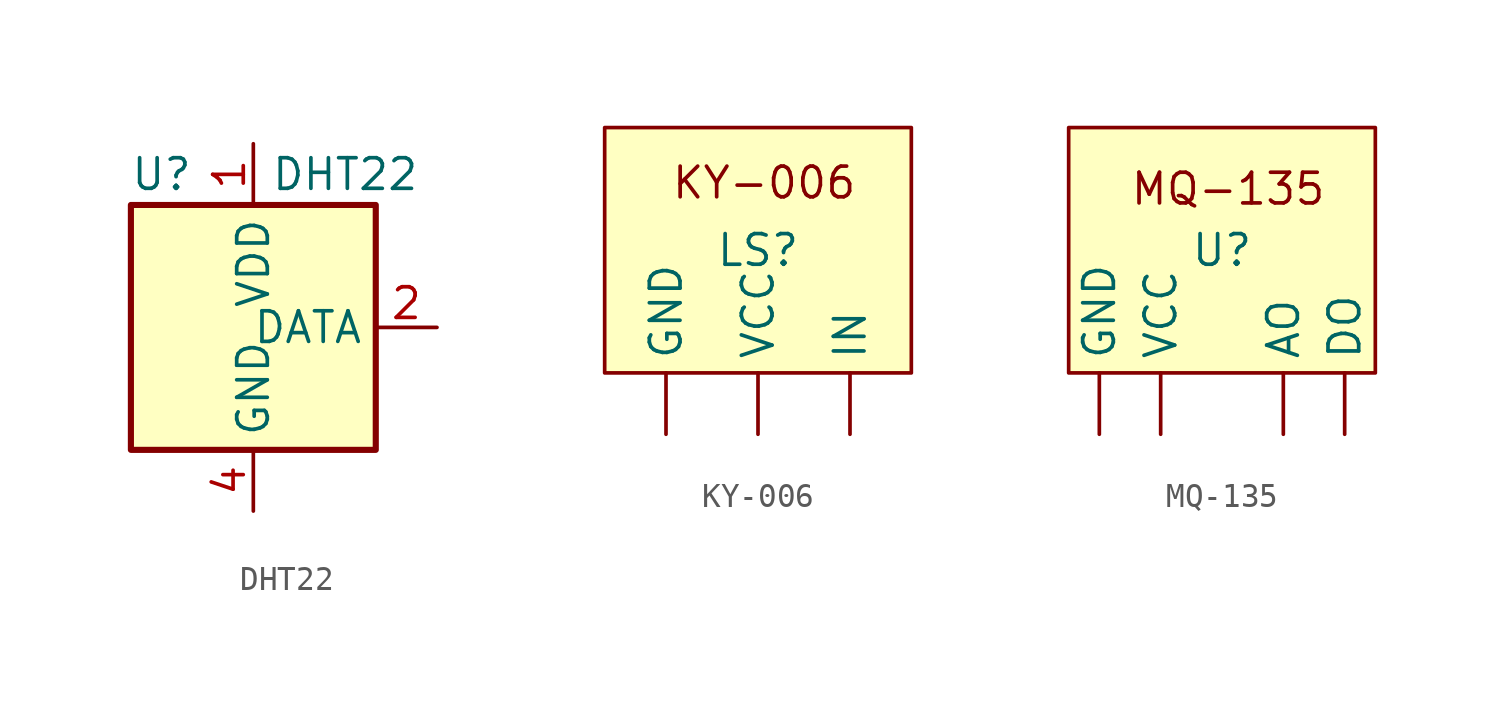
<source format=kicad_sym>
(kicad_symbol_lib
  (version 20231120)
  (generator "kicad_symbol_editor")
  (generator_version "8.0")
  (symbol "DHT22"
    (property "Reference" "U"
      (at -3.81 6.35 0)
      (effects (font (size 1.27 1.27))))
    (property "Value" "DHT22"
      (at 3.81 6.35 0)
      (effects (font (size 1.27 1.27))))
    (symbol "DHT22_0_1"
      (rectangle (start -5.08 5.08) (end 5.08 -5.08) (stroke (width 0.254) (type default)) (fill (type background))))
    (symbol "DHT22_1_1"
      (pin power_in line (at 0 7.62 270) (length 2.54) (name "VDD" (effects (font (size 1.27 1.27)))) (number "1" (effects (font (size 1.27 1.27)))))
      (pin bidirectional line (at 7.62 0 180) (length 2.54) (name "DATA" (effects (font (size 1.27 1.27)))) (number "2" (effects (font (size 1.27 1.27)))))
      (pin no_connect line (at -5.08 0 0) (length 2.54) hide (name "NC" (effects (font (size 1.27 1.27)))) (number "3" (effects (font (size 1.27 1.27)))))
      (pin power_in line (at 0 -7.62 90) (length 2.54) (name "GND" (effects (font (size 1.27 1.27)))) (number "4" (effects (font (size 1.27 1.27)))))))
  (symbol "KY-006"
    (property "Reference" "LS"
      (at 0 0 0)
      (effects (font (size 1.27 1.27))))
    (property "Value" ""
      (at 0 0 0)
      (effects (font (size 1.27 1.27))))
    (symbol "KY-006_0_1"
      (rectangle (start -6.35 5.08) (end 6.35 -5.08) (stroke (width 0) (type default)) (fill (type background))))
    (symbol "KY-006_1_1"
      (text "KY-006" (at 0.254 2.794 0) (effects (font (size 1.27 1.27))))
      (pin power_in line (at -3.81 -7.62 90) (length 2.54) (name "GND" (effects (font (size 1.27 1.27)))) (number "" (effects (font (size 1.27 1.27)))))
      (pin input line (at 3.81 -7.62 90) (length 2.54) (name "IN" (effects (font (size 1.27 1.27)))) (number "" (effects (font (size 1.27 1.27)))))
      (pin power_in line (at 0 -7.62 90) (length 2.54) (name "VCC" (effects (font (size 1.27 1.27)))) (number "" (effects (font (size 1.27 1.27)))))))
  (symbol "MQ-135"
    (property "Reference" "U"
      (at 0 0 0)
      (effects (font (size 1.27 1.27))))
    (property "Value" ""
      (at 0 0 0)
      (effects (font (size 1.27 1.27))))
    (symbol "MQ-135_0_1"
      (rectangle (start -6.35 5.08) (end 6.35 -5.08) (stroke (width 0) (type default)) (fill (type background))))
    (symbol "MQ-135_1_1"
      (text "MQ-135" (at 0.254 2.54 0) (effects (font (size 1.27 1.27))))
      (pin output line (at 2.54 -7.62 90) (length 2.54) (name "AO" (effects (font (size 1.27 1.27)))) (number "" (effects (font (size 1.27 1.27)))))
      (pin output line (at 5.08 -7.62 90) (length 2.54) (name "DO" (effects (font (size 1.27 1.27)))) (number "" (effects (font (size 1.27 1.27)))))
      (pin power_in line (at -5.08 -7.62 90) (length 2.54) (name "GND" (effects (font (size 1.27 1.27)))) (number "" (effects (font (size 1.27 1.27)))))
      (pin power_in line (at -2.54 -7.62 90) (length 2.54) (name "VCC" (effects (font (size 1.27 1.27)))) (number "" (effects (font (size 1.27 1.27))))))))
</source>
